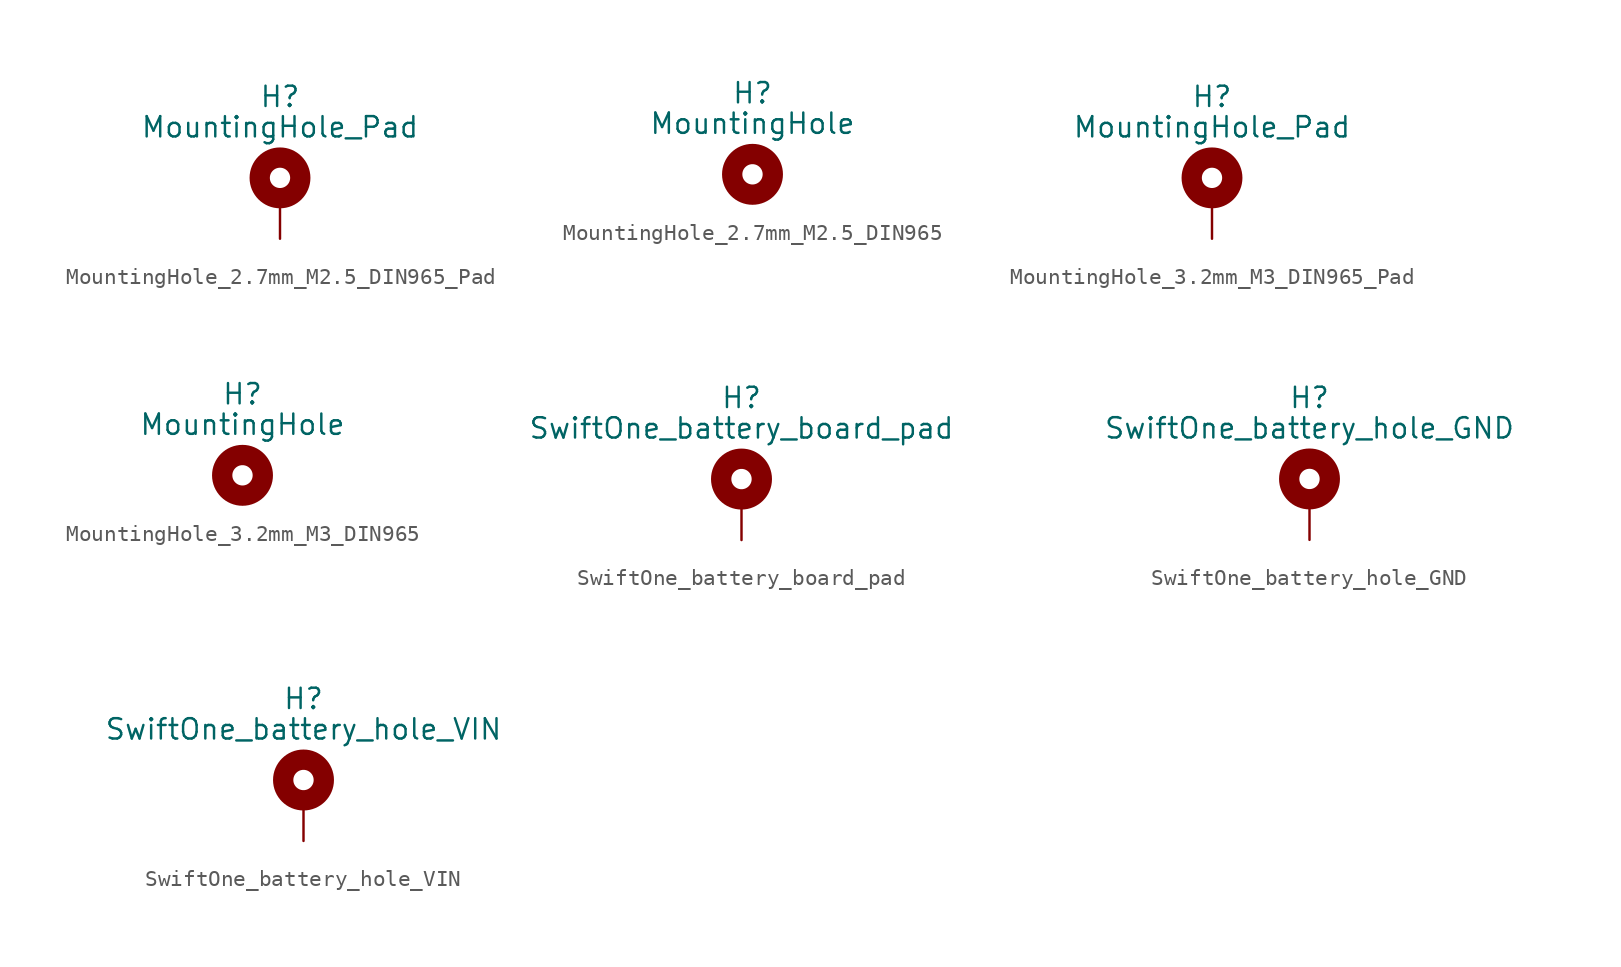
<source format=kicad_sym>
(kicad_symbol_lib
  (version 20220914)
  (generator kicad_symbol_editor)
  (symbol "MountingHole_2.7mm_M2.5_DIN965_Pad"
    (pin_numbers hide)
    (pin_names
      (offset 1.016) hide)
    (property "Reference" "H"
      (at 0 6.35 0)
      (effects (font (size 1.27 1.27))))
    (property "Value" "MountingHole_Pad"
      (at 0 4.445 0)
      (effects (font (size 1.27 1.27))))
    (symbol "MountingHole_2.7mm_M2.5_DIN965_Pad_0_1"
      (circle (center 0 1.27) (radius 1.27) (stroke (width 1.27) (type default)) (fill (type none))))
    (symbol "MountingHole_2.7mm_M2.5_DIN965_Pad_1_1"
      (pin input line (at 0 -2.54 90) (length 2.54) (name "1" (effects (font (size 1.27 1.27)))) (number "1" (effects (font (size 1.27 1.27)))))))
  (symbol "MountingHole_2.7mm_M2.5_DIN965"
    (pin_names
      (offset 1.016))
    (property "Reference" "H"
      (at 0 5.08 0)
      (effects (font (size 1.27 1.27))))
    (property "Value" "MountingHole"
      (at 0 3.175 0)
      (effects (font (size 1.27 1.27))))
    (symbol "MountingHole_2.7mm_M2.5_DIN965_0_1"
      (circle (center 0 0) (radius 1.27) (stroke (width 1.27) (type default)) (fill (type none)))))
  (symbol "MountingHole_3.2mm_M3_DIN965_Pad"
    (pin_numbers hide)
    (pin_names
      (offset 1.016) hide)
    (property "Reference" "H"
      (at 0 6.35 0)
      (effects (font (size 1.27 1.27))))
    (property "Value" "MountingHole_Pad"
      (at 0 4.445 0)
      (effects (font (size 1.27 1.27))))
    (symbol "MountingHole_3.2mm_M3_DIN965_Pad_0_1"
      (circle (center 0 1.27) (radius 1.27) (stroke (width 1.27) (type default)) (fill (type none))))
    (symbol "MountingHole_3.2mm_M3_DIN965_Pad_1_1"
      (pin input line (at 0 -2.54 90) (length 2.54) (name "1" (effects (font (size 1.27 1.27)))) (number "1" (effects (font (size 1.27 1.27)))))))
  (symbol "MountingHole_3.2mm_M3_DIN965"
    (pin_names
      (offset 1.016))
    (property "Reference" "H"
      (at 0 5.08 0)
      (effects (font (size 1.27 1.27))))
    (property "Value" "MountingHole"
      (at 0 3.175 0)
      (effects (font (size 1.27 1.27))))
    (symbol "MountingHole_3.2mm_M3_DIN965_0_1"
      (circle (center 0 0) (radius 1.27) (stroke (width 1.27) (type default)) (fill (type none)))))
  (symbol "SwiftOne_battery_board_pad"
    (pin_numbers hide)
    (pin_names
      (offset 1.016) hide)
    (property "Reference" "H"
      (at 0 6.35 0)
      (effects (font (size 1.27 1.27))))
    (property "Value" "SwiftOne_battery_board_pad"
      (at 0 4.445 0)
      (effects (font (size 1.27 1.27))))
    (symbol "SwiftOne_battery_board_pad_0_1"
      (circle (center 0 1.27) (radius 1.27) (stroke (width 1.27) (type default)) (fill (type none))))
    (symbol "SwiftOne_battery_board_pad_1_1"
      (pin input line (at 0 -2.54 90) (length 2.54) (name "1" (effects (font (size 1.27 1.27)))) (number "1" (effects (font (size 1.27 1.27)))))))
  (symbol "SwiftOne_battery_hole_GND"
    (pin_numbers hide)
    (pin_names
      (offset 1.016) hide)
    (property "Reference" "H"
      (at 0 6.35 0)
      (effects (font (size 1.27 1.27))))
    (property "Value" "SwiftOne_battery_hole_GND"
      (at 0 4.445 0)
      (effects (font (size 1.27 1.27))))
    (symbol "SwiftOne_battery_hole_GND_0_1"
      (circle (center 0 1.27) (radius 1.27) (stroke (width 1.27) (type default)) (fill (type none))))
    (symbol "SwiftOne_battery_hole_GND_1_1"
      (pin input line (at 0 -2.54 90) (length 2.54) (name "1" (effects (font (size 1.27 1.27)))) (number "1" (effects (font (size 1.27 1.27)))))))
  (symbol "SwiftOne_battery_hole_VIN"
    (pin_numbers hide)
    (pin_names
      (offset 1.016) hide)
    (property "Reference" "H"
      (at 0 6.35 0)
      (effects (font (size 1.27 1.27))))
    (property "Value" "SwiftOne_battery_hole_VIN"
      (at 0 4.445 0)
      (effects (font (size 1.27 1.27))))
    (symbol "SwiftOne_battery_hole_VIN_0_1"
      (circle (center 0 1.27) (radius 1.27) (stroke (width 1.27) (type default)) (fill (type none))))
    (symbol "SwiftOne_battery_hole_VIN_1_1"
      (pin input line (at 0 -2.54 90) (length 2.54) (name "1" (effects (font (size 1.27 1.27)))) (number "1" (effects (font (size 1.27 1.27))))))))
</source>
